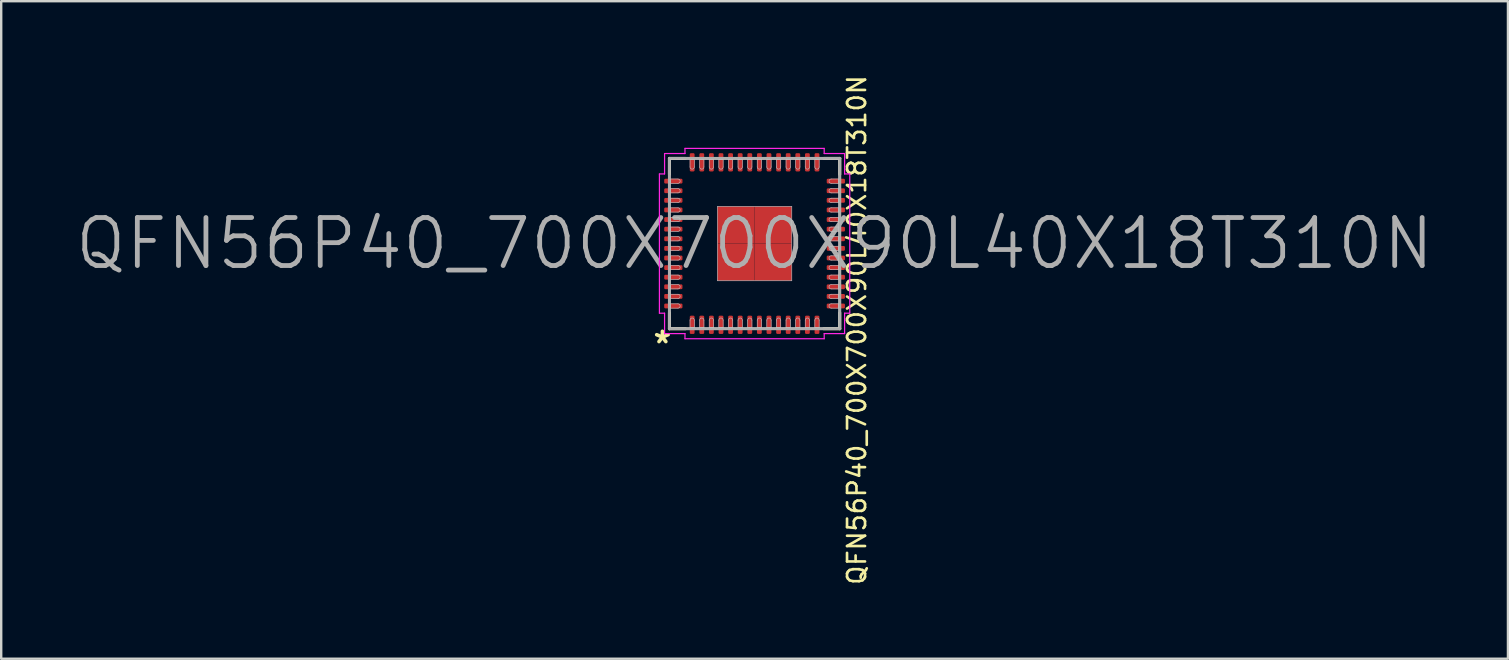
<source format=kicad_pcb>
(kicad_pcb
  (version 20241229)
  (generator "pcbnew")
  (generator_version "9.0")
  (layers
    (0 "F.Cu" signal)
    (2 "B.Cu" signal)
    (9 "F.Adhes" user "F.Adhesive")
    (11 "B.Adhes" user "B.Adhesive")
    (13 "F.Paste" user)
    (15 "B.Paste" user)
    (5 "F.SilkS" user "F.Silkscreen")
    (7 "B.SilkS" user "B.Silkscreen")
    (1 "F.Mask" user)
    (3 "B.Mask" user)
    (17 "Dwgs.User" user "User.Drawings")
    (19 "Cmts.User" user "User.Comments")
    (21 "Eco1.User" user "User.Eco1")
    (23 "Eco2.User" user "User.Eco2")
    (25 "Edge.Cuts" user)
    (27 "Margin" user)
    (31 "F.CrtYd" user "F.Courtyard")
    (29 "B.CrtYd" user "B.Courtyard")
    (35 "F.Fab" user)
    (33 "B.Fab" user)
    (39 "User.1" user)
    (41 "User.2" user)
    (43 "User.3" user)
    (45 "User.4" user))
  (footprint "QFN56P40_700X700X90L40X18T310N"
    (layer "F.Cu")
    (at 28.386 7.097)
    (property "Reference" "QFN56P40_700X700X90L40X18T310N" (at 4.26 3.6 90) (layer "F.SilkS") (effects (font (size 0.75 0.75) (thickness 0.11))))
    (attr smd)
    (fp_poly (pts (xy -0.225 -0.225) (xy -1.325 -0.225) (xy -1.325 -1.325) (xy -0.225 -1.325)) (stroke (width 0.12) (type solid)) (fill yes) (layer "F.Mask"))
    (fp_poly (pts (xy -0.225 1.325) (xy -1.325 1.325) (xy -1.325 0.225) (xy -0.225 0.225)) (stroke (width 0.12) (type solid)) (fill yes) (layer "F.Mask"))
    (fp_poly (pts (xy 1.325 -0.225) (xy 0.225 -0.225) (xy 0.225 -1.325) (xy 1.325 -1.325)) (stroke (width 0.12) (type solid)) (fill yes) (layer "F.Mask"))
    (fp_poly (pts (xy 1.325 1.325) (xy 0.225 1.325) (xy 0.225 0.225) (xy 1.325 0.225)) (stroke (width 0.12) (type solid)) (fill yes) (layer "F.Mask"))
    (fp_line (start -3.55 -3.55) (end -3.55 -2.88) (stroke (width 0.12) (type solid)) (layer "F.SilkS"))
    (fp_line (start -3.55 3.55) (end -3.55 2.88) (stroke (width 0.12) (type solid)) (layer "F.SilkS"))
    (fp_line (start -2.88 -3.55) (end -3.55 -3.55) (stroke (width 0.12) (type solid)) (layer "F.SilkS"))
    (fp_line (start -2.88 3.55) (end -3.55 3.55) (stroke (width 0.12) (type solid)) (layer "F.SilkS"))
    (fp_line (start 2.88 -3.55) (end 3.55 -3.55) (stroke (width 0.12) (type solid)) (layer "F.SilkS"))
    (fp_line (start 2.88 3.55) (end 3.55 3.55) (stroke (width 0.12) (type solid)) (layer "F.SilkS"))
    (fp_line (start 3.55 -3.55) (end 3.55 -2.88) (stroke (width 0.12) (type solid)) (layer "F.SilkS"))
    (fp_line (start 3.55 3.55) (end 3.55 2.88) (stroke (width 0.12) (type solid)) (layer "F.SilkS"))
    (fp_line (start -3.5 -3.5) (end 3.5 -3.5) (stroke (width 0.025) (type solid)) (layer "Dwgs.User"))
    (fp_line (start -3.5 -2.69) (end -3.5 -2.51) (stroke (width 0.025) (type solid)) (layer "Dwgs.User"))
    (fp_line (start -3.5 -2.51) (end -3.19 -2.51) (stroke (width 0.025) (type solid)) (layer "Dwgs.User"))
    (fp_line (start -3.5 -2.29) (end -3.5 -2.11) (stroke (width 0.025) (type solid)) (layer "Dwgs.User"))
    (fp_line (start -3.5 -2.11) (end -3.19 -2.11) (stroke (width 0.025) (type solid)) (layer "Dwgs.User"))
    (fp_line (start -3.5 -1.89) (end -3.5 -1.71) (stroke (width 0.025) (type solid)) (layer "Dwgs.User"))
    (fp_line (start -3.5 -1.71) (end -3.19 -1.71) (stroke (width 0.025) (type solid)) (layer "Dwgs.User"))
    (fp_line (start -3.5 -1.49) (end -3.5 -1.31) (stroke (width 0.025) (type solid)) (layer "Dwgs.User"))
    (fp_line (start -3.5 -1.31) (end -3.19 -1.31) (stroke (width 0.025) (type solid)) (layer "Dwgs.User"))
    (fp_line (start -3.5 -1.09) (end -3.5 -0.91) (stroke (width 0.025) (type solid)) (layer "Dwgs.User"))
    (fp_line (start -3.5 -0.91) (end -3.19 -0.91) (stroke (width 0.025) (type solid)) (layer "Dwgs.User"))
    (fp_line (start -3.5 -0.69) (end -3.5 -0.51) (stroke (width 0.025) (type solid)) (layer "Dwgs.User"))
    (fp_line (start -3.5 -0.51) (end -3.19 -0.51) (stroke (width 0.025) (type solid)) (layer "Dwgs.User"))
    (fp_line (start -3.5 -0.29) (end -3.5 -0.11) (stroke (width 0.025) (type solid)) (layer "Dwgs.User"))
    (fp_line (start -3.5 -0.11) (end -3.19 -0.11) (stroke (width 0.025) (type solid)) (layer "Dwgs.User"))
    (fp_line (start -3.5 0.11) (end -3.5 0.29) (stroke (width 0.025) (type solid)) (layer "Dwgs.User"))
    (fp_line (start -3.5 0.29) (end -3.19 0.29) (stroke (width 0.025) (type solid)) (layer "Dwgs.User"))
    (fp_line (start -3.5 0.51) (end -3.5 0.69) (stroke (width 0.025) (type solid)) (layer "Dwgs.User"))
    (fp_line (start -3.5 0.69) (end -3.19 0.69) (stroke (width 0.025) (type solid)) (layer "Dwgs.User"))
    (fp_line (start -3.5 0.91) (end -3.5 1.09) (stroke (width 0.025) (type solid)) (layer "Dwgs.User"))
    (fp_line (start -3.5 1.09) (end -3.19 1.09) (stroke (width 0.025) (type solid)) (layer "Dwgs.User"))
    (fp_line (start -3.5 1.31) (end -3.5 1.49) (stroke (width 0.025) (type solid)) (layer "Dwgs.User"))
    (fp_line (start -3.5 1.49) (end -3.19 1.49) (stroke (width 0.025) (type solid)) (layer "Dwgs.User"))
    (fp_line (start -3.5 1.71) (end -3.5 1.89) (stroke (width 0.025) (type solid)) (layer "Dwgs.User"))
    (fp_line (start -3.5 1.89) (end -3.19 1.89) (stroke (width 0.025) (type solid)) (layer "Dwgs.User"))
    (fp_line (start -3.5 2.11) (end -3.5 2.29) (stroke (width 0.025) (type solid)) (layer "Dwgs.User"))
    (fp_line (start -3.5 2.29) (end -3.19 2.29) (stroke (width 0.025) (type solid)) (layer "Dwgs.User"))
    (fp_line (start -3.5 2.51) (end -3.5 2.69) (stroke (width 0.025) (type solid)) (layer "Dwgs.User"))
    (fp_line (start -3.5 2.69) (end -3.19 2.69) (stroke (width 0.025) (type solid)) (layer "Dwgs.User"))
    (fp_line (start -3.5 3.5) (end -3.5 -3.5) (stroke (width 0.025) (type solid)) (layer "Dwgs.User"))
    (fp_line (start -3.19 -2.69) (end -3.5 -2.69) (stroke (width 0.025) (type solid)) (layer "Dwgs.User"))
    (fp_line (start -3.19 -2.29) (end -3.5 -2.29) (stroke (width 0.025) (type solid)) (layer "Dwgs.User"))
    (fp_line (start -3.19 -1.89) (end -3.5 -1.89) (stroke (width 0.025) (type solid)) (layer "Dwgs.User"))
    (fp_line (start -3.19 -1.49) (end -3.5 -1.49) (stroke (width 0.025) (type solid)) (layer "Dwgs.User"))
    (fp_line (start -3.19 -1.09) (end -3.5 -1.09) (stroke (width 0.025) (type solid)) (layer "Dwgs.User"))
    (fp_line (start -3.19 -0.69) (end -3.5 -0.69) (stroke (width 0.025) (type solid)) (layer "Dwgs.User"))
    (fp_line (start -3.19 -0.29) (end -3.5 -0.29) (stroke (width 0.025) (type solid)) (layer "Dwgs.User"))
    (fp_line (start -3.19 0.11) (end -3.5 0.11) (stroke (width 0.025) (type solid)) (layer "Dwgs.User"))
    (fp_line (start -3.19 0.51) (end -3.5 0.51) (stroke (width 0.025) (type solid)) (layer "Dwgs.User"))
    (fp_line (start -3.19 0.91) (end -3.5 0.91) (stroke (width 0.025) (type solid)) (layer "Dwgs.User"))
    (fp_line (start -3.19 1.31) (end -3.5 1.31) (stroke (width 0.025) (type solid)) (layer "Dwgs.User"))
    (fp_line (start -3.19 1.71) (end -3.5 1.71) (stroke (width 0.025) (type solid)) (layer "Dwgs.User"))
    (fp_line (start -3.19 2.11) (end -3.5 2.11) (stroke (width 0.025) (type solid)) (layer "Dwgs.User"))
    (fp_line (start -3.19 2.51) (end -3.5 2.51) (stroke (width 0.025) (type solid)) (layer "Dwgs.User"))
    (fp_line (start -2.69 -3.5) (end -2.69 -3.19) (stroke (width 0.025) (type solid)) (layer "Dwgs.User"))
    (fp_line (start -2.69 3.19) (end -2.69 3.5) (stroke (width 0.025) (type solid)) (layer "Dwgs.User"))
    (fp_line (start -2.69 3.5) (end -2.51 3.5) (stroke (width 0.025) (type solid)) (layer "Dwgs.User"))
    (fp_line (start -2.51 -3.5) (end -2.69 -3.5) (stroke (width 0.025) (type solid)) (layer "Dwgs.User"))
    (fp_line (start -2.51 -3.19) (end -2.51 -3.5) (stroke (width 0.025) (type solid)) (layer "Dwgs.User"))
    (fp_line (start -2.51 3.5) (end -2.51 3.19) (stroke (width 0.025) (type solid)) (layer "Dwgs.User"))
    (fp_line (start -2.29 -3.5) (end -2.29 -3.19) (stroke (width 0.025) (type solid)) (layer "Dwgs.User"))
    (fp_line (start -2.29 3.19) (end -2.29 3.5) (stroke (width 0.025) (type solid)) (layer "Dwgs.User"))
    (fp_line (start -2.29 3.5) (end -2.11 3.5) (stroke (width 0.025) (type solid)) (layer "Dwgs.User"))
    (fp_line (start -2.11 -3.5) (end -2.29 -3.5) (stroke (width 0.025) (type solid)) (layer "Dwgs.User"))
    (fp_line (start -2.11 -3.19) (end -2.11 -3.5) (stroke (width 0.025) (type solid)) (layer "Dwgs.User"))
    (fp_line (start -2.11 3.5) (end -2.11 3.19) (stroke (width 0.025) (type solid)) (layer "Dwgs.User"))
    (fp_line (start -1.89 -3.5) (end -1.89 -3.19) (stroke (width 0.025) (type solid)) (layer "Dwgs.User"))
    (fp_line (start -1.89 3.19) (end -1.89 3.5) (stroke (width 0.025) (type solid)) (layer "Dwgs.User"))
    (fp_line (start -1.89 3.5) (end -1.71 3.5) (stroke (width 0.025) (type solid)) (layer "Dwgs.User"))
    (fp_line (start -1.71 -3.5) (end -1.89 -3.5) (stroke (width 0.025) (type solid)) (layer "Dwgs.User"))
    (fp_line (start -1.71 -3.19) (end -1.71 -3.5) (stroke (width 0.025) (type solid)) (layer "Dwgs.User"))
    (fp_line (start -1.71 3.5) (end -1.71 3.19) (stroke (width 0.025) (type solid)) (layer "Dwgs.User"))
    (fp_line (start -1.55 -1.55) (end 1.55 -1.55) (stroke (width 0.025) (type solid)) (layer "Dwgs.User"))
    (fp_line (start -1.55 1.55) (end -1.55 -1.55) (stroke (width 0.025) (type solid)) (layer "Dwgs.User"))
    (fp_line (start -1.49 -3.5) (end -1.49 -3.19) (stroke (width 0.025) (type solid)) (layer "Dwgs.User"))
    (fp_line (start -1.49 3.19) (end -1.49 3.5) (stroke (width 0.025) (type solid)) (layer "Dwgs.User"))
    (fp_line (start -1.49 3.5) (end -1.31 3.5) (stroke (width 0.025) (type solid)) (layer "Dwgs.User"))
    (fp_line (start -1.31 -3.5) (end -1.49 -3.5) (stroke (width 0.025) (type solid)) (layer "Dwgs.User"))
    (fp_line (start -1.31 -3.19) (end -1.31 -3.5) (stroke (width 0.025) (type solid)) (layer "Dwgs.User"))
    (fp_line (start -1.31 3.5) (end -1.31 3.19) (stroke (width 0.025) (type solid)) (layer "Dwgs.User"))
    (fp_line (start -1.09 -3.5) (end -1.09 -3.19) (stroke (width 0.025) (type solid)) (layer "Dwgs.User"))
    (fp_line (start -1.09 3.19) (end -1.09 3.5) (stroke (width 0.025) (type solid)) (layer "Dwgs.User"))
    (fp_line (start -1.09 3.5) (end -0.91 3.5) (stroke (width 0.025) (type solid)) (layer "Dwgs.User"))
    (fp_line (start -0.91 -3.5) (end -1.09 -3.5) (stroke (width 0.025) (type solid)) (layer "Dwgs.User"))
    (fp_line (start -0.91 -3.19) (end -0.91 -3.5) (stroke (width 0.025) (type solid)) (layer "Dwgs.User"))
    (fp_line (start -0.91 3.5) (end -0.91 3.19) (stroke (width 0.025) (type solid)) (layer "Dwgs.User"))
    (fp_line (start -0.69 -3.5) (end -0.69 -3.19) (stroke (width 0.025) (type solid)) (layer "Dwgs.User"))
    (fp_line (start -0.69 3.19) (end -0.69 3.5) (stroke (width 0.025) (type solid)) (layer "Dwgs.User"))
    (fp_line (start -0.69 3.5) (end -0.51 3.5) (stroke (width 0.025) (type solid)) (layer "Dwgs.User"))
    (fp_line (start -0.51 -3.5) (end -0.69 -3.5) (stroke (width 0.025) (type solid)) (layer "Dwgs.User"))
    (fp_line (start -0.51 -3.19) (end -0.51 -3.5) (stroke (width 0.025) (type solid)) (layer "Dwgs.User"))
    (fp_line (start -0.51 3.5) (end -0.51 3.19) (stroke (width 0.025) (type solid)) (layer "Dwgs.User"))
    (fp_line (start -0.29 -3.5) (end -0.29 -3.19) (stroke (width 0.025) (type solid)) (layer "Dwgs.User"))
    (fp_line (start -0.29 3.19) (end -0.29 3.5) (stroke (width 0.025) (type solid)) (layer "Dwgs.User"))
    (fp_line (start -0.29 3.5) (end -0.11 3.5) (stroke (width 0.025) (type solid)) (layer "Dwgs.User"))
    (fp_line (start -0.11 -3.5) (end -0.29 -3.5) (stroke (width 0.025) (type solid)) (layer "Dwgs.User"))
    (fp_line (start -0.11 -3.19) (end -0.11 -3.5) (stroke (width 0.025) (type solid)) (layer "Dwgs.User"))
    (fp_line (start -0.11 3.5) (end -0.11 3.19) (stroke (width 0.025) (type solid)) (layer "Dwgs.User"))
    (fp_line (start 0.11 -3.5) (end 0.11 -3.19) (stroke (width 0.025) (type solid)) (layer "Dwgs.User"))
    (fp_line (start 0.11 3.19) (end 0.11 3.5) (stroke (width 0.025) (type solid)) (layer "Dwgs.User"))
    (fp_line (start 0.11 3.5) (end 0.29 3.5) (stroke (width 0.025) (type solid)) (layer "Dwgs.User"))
    (fp_line (start 0.29 -3.5) (end 0.11 -3.5) (stroke (width 0.025) (type solid)) (layer "Dwgs.User"))
    (fp_line (start 0.29 -3.19) (end 0.29 -3.5) (stroke (width 0.025) (type solid)) (layer "Dwgs.User"))
    (fp_line (start 0.29 3.5) (end 0.29 3.19) (stroke (width 0.025) (type solid)) (layer "Dwgs.User"))
    (fp_line (start 0.51 -3.5) (end 0.51 -3.19) (stroke (width 0.025) (type solid)) (layer "Dwgs.User"))
    (fp_line (start 0.51 3.19) (end 0.51 3.5) (stroke (width 0.025) (type solid)) (layer "Dwgs.User"))
    (fp_line (start 0.51 3.5) (end 0.69 3.5) (stroke (width 0.025) (type solid)) (layer "Dwgs.User"))
    (fp_line (start 0.69 -3.5) (end 0.51 -3.5) (stroke (width 0.025) (type solid)) (layer "Dwgs.User"))
    (fp_line (start 0.69 -3.19) (end 0.69 -3.5) (stroke (width 0.025) (type solid)) (layer "Dwgs.User"))
    (fp_line (start 0.69 3.5) (end 0.69 3.19) (stroke (width 0.025) (type solid)) (layer "Dwgs.User"))
    (fp_line (start 0.91 -3.5) (end 0.91 -3.19) (stroke (width 0.025) (type solid)) (layer "Dwgs.User"))
    (fp_line (start 0.91 3.19) (end 0.91 3.5) (stroke (width 0.025) (type solid)) (layer "Dwgs.User"))
    (fp_line (start 0.91 3.5) (end 1.09 3.5) (stroke (width 0.025) (type solid)) (layer "Dwgs.User"))
    (fp_line (start 1.09 -3.5) (end 0.91 -3.5) (stroke (width 0.025) (type solid)) (layer "Dwgs.User"))
    (fp_line (start 1.09 -3.19) (end 1.09 -3.5) (stroke (width 0.025) (type solid)) (layer "Dwgs.User"))
    (fp_line (start 1.09 3.5) (end 1.09 3.19) (stroke (width 0.025) (type solid)) (layer "Dwgs.User"))
    (fp_line (start 1.31 -3.5) (end 1.31 -3.19) (stroke (width 0.025) (type solid)) (layer "Dwgs.User"))
    (fp_line (start 1.31 3.19) (end 1.31 3.5) (stroke (width 0.025) (type solid)) (layer "Dwgs.User"))
    (fp_line (start 1.31 3.5) (end 1.49 3.5) (stroke (width 0.025) (type solid)) (layer "Dwgs.User"))
    (fp_line (start 1.49 -3.5) (end 1.31 -3.5) (stroke (width 0.025) (type solid)) (layer "Dwgs.User"))
    (fp_line (start 1.49 -3.19) (end 1.49 -3.5) (stroke (width 0.025) (type solid)) (layer "Dwgs.User"))
    (fp_line (start 1.49 3.5) (end 1.49 3.19) (stroke (width 0.025) (type solid)) (layer "Dwgs.User"))
    (fp_line (start 1.55 -1.55) (end 1.55 1.55) (stroke (width 0.025) (type solid)) (layer "Dwgs.User"))
    (fp_line (start 1.55 1.55) (end -1.55 1.55) (stroke (width 0.025) (type solid)) (layer "Dwgs.User"))
    (fp_line (start 1.71 -3.5) (end 1.71 -3.19) (stroke (width 0.025) (type solid)) (layer "Dwgs.User"))
    (fp_line (start 1.71 3.19) (end 1.71 3.5) (stroke (width 0.025) (type solid)) (layer "Dwgs.User"))
    (fp_line (start 1.71 3.5) (end 1.89 3.5) (stroke (width 0.025) (type solid)) (layer "Dwgs.User"))
    (fp_line (start 1.89 -3.5) (end 1.71 -3.5) (stroke (width 0.025) (type solid)) (layer "Dwgs.User"))
    (fp_line (start 1.89 -3.19) (end 1.89 -3.5) (stroke (width 0.025) (type solid)) (layer "Dwgs.User"))
    (fp_line (start 1.89 3.5) (end 1.89 3.19) (stroke (width 0.025) (type solid)) (layer "Dwgs.User"))
    (fp_line (start 2.11 -3.5) (end 2.11 -3.19) (stroke (width 0.025) (type solid)) (layer "Dwgs.User"))
    (fp_line (start 2.11 3.19) (end 2.11 3.5) (stroke (width 0.025) (type solid)) (layer "Dwgs.User"))
    (fp_line (start 2.11 3.5) (end 2.29 3.5) (stroke (width 0.025) (type solid)) (layer "Dwgs.User"))
    (fp_line (start 2.29 -3.5) (end 2.11 -3.5) (stroke (width 0.025) (type solid)) (layer "Dwgs.User"))
    (fp_line (start 2.29 -3.19) (end 2.29 -3.5) (stroke (width 0.025) (type solid)) (layer "Dwgs.User"))
    (fp_line (start 2.29 3.5) (end 2.29 3.19) (stroke (width 0.025) (type solid)) (layer "Dwgs.User"))
    (fp_line (start 2.51 -3.5) (end 2.51 -3.19) (stroke (width 0.025) (type solid)) (layer "Dwgs.User"))
    (fp_line (start 2.51 3.19) (end 2.51 3.5) (stroke (width 0.025) (type solid)) (layer "Dwgs.User"))
    (fp_line (start 2.51 3.5) (end 2.69 3.5) (stroke (width 0.025) (type solid)) (layer "Dwgs.User"))
    (fp_line (start 2.69 -3.5) (end 2.51 -3.5) (stroke (width 0.025) (type solid)) (layer "Dwgs.User"))
    (fp_line (start 2.69 -3.19) (end 2.69 -3.5) (stroke (width 0.025) (type solid)) (layer "Dwgs.User"))
    (fp_line (start 2.69 3.5) (end 2.69 3.19) (stroke (width 0.025) (type solid)) (layer "Dwgs.User"))
    (fp_line (start 3.19 -2.51) (end 3.5 -2.51) (stroke (width 0.025) (type solid)) (layer "Dwgs.User"))
    (fp_line (start 3.19 -2.11) (end 3.5 -2.11) (stroke (width 0.025) (type solid)) (layer "Dwgs.User"))
    (fp_line (start 3.19 -1.71) (end 3.5 -1.71) (stroke (width 0.025) (type solid)) (layer "Dwgs.User"))
    (fp_line (start 3.19 -1.31) (end 3.5 -1.31) (stroke (width 0.025) (type solid)) (layer "Dwgs.User"))
    (fp_line (start 3.19 -0.91) (end 3.5 -0.91) (stroke (width 0.025) (type solid)) (layer "Dwgs.User"))
    (fp_line (start 3.19 -0.51) (end 3.5 -0.51) (stroke (width 0.025) (type solid)) (layer "Dwgs.User"))
    (fp_line (start 3.19 -0.11) (end 3.5 -0.11) (stroke (width 0.025) (type solid)) (layer "Dwgs.User"))
    (fp_line (start 3.19 0.29) (end 3.5 0.29) (stroke (width 0.025) (type solid)) (layer "Dwgs.User"))
    (fp_line (start 3.19 0.69) (end 3.5 0.69) (stroke (width 0.025) (type solid)) (layer "Dwgs.User"))
    (fp_line (start 3.19 1.09) (end 3.5 1.09) (stroke (width 0.025) (type solid)) (layer "Dwgs.User"))
    (fp_line (start 3.19 1.49) (end 3.5 1.49) (stroke (width 0.025) (type solid)) (layer "Dwgs.User"))
    (fp_line (start 3.19 1.89) (end 3.5 1.89) (stroke (width 0.025) (type solid)) (layer "Dwgs.User"))
    (fp_line (start 3.19 2.29) (end 3.5 2.29) (stroke (width 0.025) (type solid)) (layer "Dwgs.User"))
    (fp_line (start 3.19 2.69) (end 3.5 2.69) (stroke (width 0.025) (type solid)) (layer "Dwgs.User"))
    (fp_line (start 3.5 -3.5) (end 3.5 3.5) (stroke (width 0.025) (type solid)) (layer "Dwgs.User"))
    (fp_line (start 3.5 -2.69) (end 3.19 -2.69) (stroke (width 0.025) (type solid)) (layer "Dwgs.User"))
    (fp_line (start 3.5 -2.51) (end 3.5 -2.69) (stroke (width 0.025) (type solid)) (layer "Dwgs.User"))
    (fp_line (start 3.5 -2.29) (end 3.19 -2.29) (stroke (width 0.025) (type solid)) (layer "Dwgs.User"))
    (fp_line (start 3.5 -2.11) (end 3.5 -2.29) (stroke (width 0.025) (type solid)) (layer "Dwgs.User"))
    (fp_line (start 3.5 -1.89) (end 3.19 -1.89) (stroke (width 0.025) (type solid)) (layer "Dwgs.User"))
    (fp_line (start 3.5 -1.71) (end 3.5 -1.89) (stroke (width 0.025) (type solid)) (layer "Dwgs.User"))
    (fp_line (start 3.5 -1.49) (end 3.19 -1.49) (stroke (width 0.025) (type solid)) (layer "Dwgs.User"))
    (fp_line (start 3.5 -1.31) (end 3.5 -1.49) (stroke (width 0.025) (type solid)) (layer "Dwgs.User"))
    (fp_line (start 3.5 -1.09) (end 3.19 -1.09) (stroke (width 0.025) (type solid)) (layer "Dwgs.User"))
    (fp_line (start 3.5 -0.91) (end 3.5 -1.09) (stroke (width 0.025) (type solid)) (layer "Dwgs.User"))
    (fp_line (start 3.5 -0.69) (end 3.19 -0.69) (stroke (width 0.025) (type solid)) (layer "Dwgs.User"))
    (fp_line (start 3.5 -0.51) (end 3.5 -0.69) (stroke (width 0.025) (type solid)) (layer "Dwgs.User"))
    (fp_line (start 3.5 -0.29) (end 3.19 -0.29) (stroke (width 0.025) (type solid)) (layer "Dwgs.User"))
    (fp_line (start 3.5 -0.11) (end 3.5 -0.29) (stroke (width 0.025) (type solid)) (layer "Dwgs.User"))
    (fp_line (start 3.5 0.11) (end 3.19 0.11) (stroke (width 0.025) (type solid)) (layer "Dwgs.User"))
    (fp_line (start 3.5 0.29) (end 3.5 0.11) (stroke (width 0.025) (type solid)) (layer "Dwgs.User"))
    (fp_line (start 3.5 0.51) (end 3.19 0.51) (stroke (width 0.025) (type solid)) (layer "Dwgs.User"))
    (fp_line (start 3.5 0.69) (end 3.5 0.51) (stroke (width 0.025) (type solid)) (layer "Dwgs.User"))
    (fp_line (start 3.5 0.91) (end 3.19 0.91) (stroke (width 0.025) (type solid)) (layer "Dwgs.User"))
    (fp_line (start 3.5 1.09) (end 3.5 0.91) (stroke (width 0.025) (type solid)) (layer "Dwgs.User"))
    (fp_line (start 3.5 1.31) (end 3.19 1.31) (stroke (width 0.025) (type solid)) (layer "Dwgs.User"))
    (fp_line (start 3.5 1.49) (end 3.5 1.31) (stroke (width 0.025) (type solid)) (layer "Dwgs.User"))
    (fp_line (start 3.5 1.71) (end 3.19 1.71) (stroke (width 0.025) (type solid)) (layer "Dwgs.User"))
    (fp_line (start 3.5 1.89) (end 3.5 1.71) (stroke (width 0.025) (type solid)) (layer "Dwgs.User"))
    (fp_line (start 3.5 2.11) (end 3.19 2.11) (stroke (width 0.025) (type solid)) (layer "Dwgs.User"))
    (fp_line (start 3.5 2.29) (end 3.5 2.11) (stroke (width 0.025) (type solid)) (layer "Dwgs.User"))
    (fp_line (start 3.5 2.51) (end 3.19 2.51) (stroke (width 0.025) (type solid)) (layer "Dwgs.User"))
    (fp_line (start 3.5 2.69) (end 3.5 2.51) (stroke (width 0.025) (type solid)) (layer "Dwgs.User"))
    (fp_line (start 3.5 3.5) (end -3.5 3.5) (stroke (width 0.025) (type solid)) (layer "Dwgs.User"))
    (fp_arc (start -3.19 -2.69) (mid -3.1 -2.6) (end -3.19 -2.51) (stroke (width 0.025) (type solid)) (layer "Dwgs.User"))
    (fp_arc (start -3.19 -2.29) (mid -3.1 -2.2) (end -3.19 -2.11) (stroke (width 0.025) (type solid)) (layer "Dwgs.User"))
    (fp_arc (start -3.19 -1.89) (mid -3.1 -1.8) (end -3.19 -1.71) (stroke (width 0.025) (type solid)) (layer "Dwgs.User"))
    (fp_arc (start -3.19 -1.49) (mid -3.1 -1.4) (end -3.19 -1.31) (stroke (width 0.025) (type solid)) (layer "Dwgs.User"))
    (fp_arc (start -3.19 -1.09) (mid -3.1 -1) (end -3.19 -0.91) (stroke (width 0.025) (type solid)) (layer "Dwgs.User"))
    (fp_arc (start -3.19 -0.69) (mid -3.1 -0.6) (end -3.19 -0.51) (stroke (width 0.025) (type solid)) (layer "Dwgs.User"))
    (fp_arc (start -3.19 -0.29) (mid -3.1 -0.2) (end -3.19 -0.11) (stroke (width 0.025) (type solid)) (layer "Dwgs.User"))
    (fp_arc (start -3.19 0.11) (mid -3.1 0.2) (end -3.19 0.29) (stroke (width 0.025) (type solid)) (layer "Dwgs.User"))
    (fp_arc (start -3.19 0.51) (mid -3.1 0.6) (end -3.19 0.69) (stroke (width 0.025) (type solid)) (layer "Dwgs.User"))
    (fp_arc (start -3.19 0.91) (mid -3.1 1) (end -3.19 1.09) (stroke (width 0.025) (type solid)) (layer "Dwgs.User"))
    (fp_arc (start -3.19 1.31) (mid -3.1 1.4) (end -3.19 1.49) (stroke (width 0.025) (type solid)) (layer "Dwgs.User"))
    (fp_arc (start -3.19 1.71) (mid -3.1 1.8) (end -3.19 1.89) (stroke (width 0.025) (type solid)) (layer "Dwgs.User"))
    (fp_arc (start -3.19 2.11) (mid -3.1 2.2) (end -3.19 2.29) (stroke (width 0.025) (type solid)) (layer "Dwgs.User"))
    (fp_arc (start -3.19 2.51) (mid -3.1 2.6) (end -3.19 2.69) (stroke (width 0.025) (type solid)) (layer "Dwgs.User"))
    (fp_arc (start -2.69 3.19) (mid -2.6 3.1) (end -2.51 3.19) (stroke (width 0.025) (type solid)) (layer "Dwgs.User"))
    (fp_arc (start -2.51 -3.19) (mid -2.6 -3.1) (end -2.69 -3.19) (stroke (width 0.025) (type solid)) (layer "Dwgs.User"))
    (fp_arc (start -2.29 3.19) (mid -2.2 3.1) (end -2.11 3.19) (stroke (width 0.025) (type solid)) (layer "Dwgs.User"))
    (fp_arc (start -2.11 -3.19) (mid -2.2 -3.1) (end -2.29 -3.19) (stroke (width 0.025) (type solid)) (layer "Dwgs.User"))
    (fp_arc (start -1.89 3.19) (mid -1.8 3.1) (end -1.71 3.19) (stroke (width 0.025) (type solid)) (layer "Dwgs.User"))
    (fp_arc (start -1.71 -3.19) (mid -1.8 -3.1) (end -1.89 -3.19) (stroke (width 0.025) (type solid)) (layer "Dwgs.User"))
    (fp_arc (start -1.49 3.19) (mid -1.4 3.1) (end -1.31 3.19) (stroke (width 0.025) (type solid)) (layer "Dwgs.User"))
    (fp_arc (start -1.31 -3.19) (mid -1.4 -3.1) (end -1.49 -3.19) (stroke (width 0.025) (type solid)) (layer "Dwgs.User"))
    (fp_arc (start -1.09 3.19) (mid -1 3.1) (end -0.91 3.19) (stroke (width 0.025) (type solid)) (layer "Dwgs.User"))
    (fp_arc (start -0.91 -3.19) (mid -1 -3.1) (end -1.09 -3.19) (stroke (width 0.025) (type solid)) (layer "Dwgs.User"))
    (fp_arc (start -0.69 3.19) (mid -0.6 3.1) (end -0.51 3.19) (stroke (width 0.025) (type solid)) (layer "Dwgs.User"))
    (fp_arc (start -0.51 -3.19) (mid -0.6 -3.1) (end -0.69 -3.19) (stroke (width 0.025) (type solid)) (layer "Dwgs.User"))
    (fp_arc (start -0.29 3.19) (mid -0.2 3.1) (end -0.11 3.19) (stroke (width 0.025) (type solid)) (layer "Dwgs.User"))
    (fp_arc (start -0.11 -3.19) (mid -0.2 -3.1) (end -0.29 -3.19) (stroke (width 0.025) (type solid)) (layer "Dwgs.User"))
    (fp_arc (start 0.11 3.19) (mid 0.2 3.1) (end 0.29 3.19) (stroke (width 0.025) (type solid)) (layer "Dwgs.User"))
    (fp_arc (start 0.29 -3.19) (mid 0.2 -3.1) (end 0.11 -3.19) (stroke (width 0.025) (type solid)) (layer "Dwgs.User"))
    (fp_arc (start 0.51 3.19) (mid 0.6 3.1) (end 0.69 3.19) (stroke (width 0.025) (type solid)) (layer "Dwgs.User"))
    (fp_arc (start 0.69 -3.19) (mid 0.6 -3.1) (end 0.51 -3.19) (stroke (width 0.025) (type solid)) (layer "Dwgs.User"))
    (fp_arc (start 0.91 3.19) (mid 1 3.1) (end 1.09 3.19) (stroke (width 0.025) (type solid)) (layer "Dwgs.User"))
    (fp_arc (start 1.09 -3.19) (mid 1 -3.1) (end 0.91 -3.19) (stroke (width 0.025) (type solid)) (layer "Dwgs.User"))
    (fp_arc (start 1.31 3.19) (mid 1.4 3.1) (end 1.49 3.19) (stroke (width 0.025) (type solid)) (layer "Dwgs.User"))
    (fp_arc (start 1.49 -3.19) (mid 1.4 -3.1) (end 1.31 -3.19) (stroke (width 0.025) (type solid)) (layer "Dwgs.User"))
    (fp_arc (start 1.71 3.19) (mid 1.8 3.1) (end 1.89 3.19) (stroke (width 0.025) (type solid)) (layer "Dwgs.User"))
    (fp_arc (start 1.89 -3.19) (mid 1.8 -3.1) (end 1.71 -3.19) (stroke (width 0.025) (type solid)) (layer "Dwgs.User"))
    (fp_arc (start 2.11 3.19) (mid 2.2 3.1) (end 2.29 3.19) (stroke (width 0.025) (type solid)) (layer "Dwgs.User"))
    (fp_arc (start 2.29 -3.19) (mid 2.2 -3.1) (end 2.11 -3.19) (stroke (width 0.025) (type solid)) (layer "Dwgs.User"))
    (fp_arc (start 2.51 3.19) (mid 2.6 3.1) (end 2.69 3.19) (stroke (width 0.025) (type solid)) (layer "Dwgs.User"))
    (fp_arc (start 2.69 -3.19) (mid 2.6 -3.1) (end 2.51 -3.19) (stroke (width 0.025) (type solid)) (layer "Dwgs.User"))
    (fp_arc (start 3.19 -2.51) (mid 3.1 -2.6) (end 3.19 -2.69) (stroke (width 0.025) (type solid)) (layer "Dwgs.User"))
    (fp_arc (start 3.19 -2.11) (mid 3.1 -2.2) (end 3.19 -2.29) (stroke (width 0.025) (type solid)) (layer "Dwgs.User"))
    (fp_arc (start 3.19 -1.71) (mid 3.1 -1.8) (end 3.19 -1.89) (stroke (width 0.025) (type solid)) (layer "Dwgs.User"))
    (fp_arc (start 3.19 -1.31) (mid 3.1 -1.4) (end 3.19 -1.49) (stroke (width 0.025) (type solid)) (layer "Dwgs.User"))
    (fp_arc (start 3.19 -0.91) (mid 3.1 -1) (end 3.19 -1.09) (stroke (width 0.025) (type solid)) (layer "Dwgs.User"))
    (fp_arc (start 3.19 -0.51) (mid 3.1 -0.6) (end 3.19 -0.69) (stroke (width 0.025) (type solid)) (layer "Dwgs.User"))
    (fp_arc (start 3.19 -0.11) (mid 3.1 -0.2) (end 3.19 -0.29) (stroke (width 0.025) (type solid)) (layer "Dwgs.User"))
    (fp_arc (start 3.19 0.29) (mid 3.1 0.2) (end 3.19 0.11) (stroke (width 0.025) (type solid)) (layer "Dwgs.User"))
    (fp_arc (start 3.19 0.69) (mid 3.1 0.6) (end 3.19 0.51) (stroke (width 0.025) (type solid)) (layer "Dwgs.User"))
    (fp_arc (start 3.19 1.09) (mid 3.1 1) (end 3.19 0.91) (stroke (width 0.025) (type solid)) (layer "Dwgs.User"))
    (fp_arc (start 3.19 1.49) (mid 3.1 1.4) (end 3.19 1.31) (stroke (width 0.025) (type solid)) (layer "Dwgs.User"))
    (fp_arc (start 3.19 1.89) (mid 3.1 1.8) (end 3.19 1.71) (stroke (width 0.025) (type solid)) (layer "Dwgs.User"))
    (fp_arc (start 3.19 2.29) (mid 3.1 2.2) (end 3.19 2.11) (stroke (width 0.025) (type solid)) (layer "Dwgs.User"))
    (fp_arc (start 3.19 2.69) (mid 3.1 2.6) (end 3.19 2.51) (stroke (width 0.025) (type solid)) (layer "Dwgs.User"))
    (fp_line (start -3.965 -2.9) (end -3.965 2.9) (stroke (width 0.05) (type solid)) (layer "F.CrtYd"))
    (fp_line (start -3.965 2.9) (end -3.75 2.9) (stroke (width 0.05) (type solid)) (layer "F.CrtYd"))
    (fp_line (start -3.75 -3.75) (end -3.75 -2.9) (stroke (width 0.05) (type solid)) (layer "F.CrtYd"))
    (fp_line (start -3.75 -2.9) (end -3.965 -2.9) (stroke (width 0.05) (type solid)) (layer "F.CrtYd"))
    (fp_line (start -3.75 2.9) (end -3.75 3.75) (stroke (width 0.05) (type solid)) (layer "F.CrtYd"))
    (fp_line (start -3.75 3.75) (end -2.9 3.75) (stroke (width 0.05) (type solid)) (layer "F.CrtYd"))
    (fp_line (start -2.9 -3.965) (end -2.9 -3.75) (stroke (width 0.05) (type solid)) (layer "F.CrtYd"))
    (fp_line (start -2.9 -3.75) (end -3.75 -3.75) (stroke (width 0.05) (type solid)) (layer "F.CrtYd"))
    (fp_line (start -2.9 3.75) (end -2.9 3.965) (stroke (width 0.05) (type solid)) (layer "F.CrtYd"))
    (fp_line (start -2.9 3.965) (end 2.9 3.965) (stroke (width 0.05) (type solid)) (layer "F.CrtYd"))
    (fp_line (start 2.9 -3.965) (end -2.9 -3.965) (stroke (width 0.05) (type solid)) (layer "F.CrtYd"))
    (fp_line (start 2.9 -3.75) (end 2.9 -3.965) (stroke (width 0.05) (type solid)) (layer "F.CrtYd"))
    (fp_line (start 2.9 3.75) (end 3.75 3.75) (stroke (width 0.05) (type solid)) (layer "F.CrtYd"))
    (fp_line (start 2.9 3.965) (end 2.9 3.75) (stroke (width 0.05) (type solid)) (layer "F.CrtYd"))
    (fp_line (start 3.75 -3.75) (end 2.9 -3.75) (stroke (width 0.05) (type solid)) (layer "F.CrtYd"))
    (fp_line (start 3.75 -2.9) (end 3.75 -3.75) (stroke (width 0.05) (type solid)) (layer "F.CrtYd"))
    (fp_line (start 3.75 2.9) (end 3.965 2.9) (stroke (width 0.05) (type solid)) (layer "F.CrtYd"))
    (fp_line (start 3.75 3.75) (end 3.75 2.9) (stroke (width 0.05) (type solid)) (layer "F.CrtYd"))
    (fp_line (start 3.965 -2.9) (end 3.75 -2.9) (stroke (width 0.05) (type solid)) (layer "F.CrtYd"))
    (fp_line (start 3.965 2.9) (end 3.965 -2.9) (stroke (width 0.05) (type solid)) (layer "F.CrtYd"))
    (fp_line (start -3.55 -3.55) (end 3.55 -3.55) (stroke (width 0.12) (type solid)) (layer "F.Fab"))
    (fp_line (start -3.55 3.55) (end -3.55 -3.55) (stroke (width 0.12) (type solid)) (layer "F.Fab"))
    (fp_line (start 3.55 -3.55) (end 3.55 3.55) (stroke (width 0.12) (type solid)) (layer "F.Fab"))
    (fp_line (start 3.55 3.55) (end -3.55 3.55) (stroke (width 0.12) (type solid)) (layer "F.Fab"))
    (fp_text user "*" (at -3.84 4.2 0) (unlocked yes) (layer "F.SilkS") (effects (font (size 1 1) (thickness 0.15))))
    (fp_text user "${REFERENCE}" (at 0 0 0) (layer "F.Fab") (effects (font (size 2 2) (thickness 0.2))))
    (pad "" smd rect (at -0.775 -0.775 90) (size 1.1 1.1) (layers "F.Paste"))
    (pad "" smd rect (at -0.775 0.775 90) (size 1.1 1.1) (layers "F.Paste"))
    (pad "" smd rect (at 0.775 -0.775 90) (size 1.1 1.1) (layers "F.Paste"))
    (pad "" smd rect (at 0.775 0.775 90) (size 1.1 1.1) (layers "F.Paste"))
    (pad "1" smd roundrect (at -2.6 3.385 90) (size 0.76 0.2) (layers "F.Cu" "F.Mask" "F.Paste") (roundrect_rratio 0.25))
    (pad "2" smd roundrect (at -2.2 3.385 90) (size 0.76 0.2) (layers "F.Cu" "F.Mask" "F.Paste") (roundrect_rratio 0.25))
    (pad "3" smd roundrect (at -1.8 3.385 90) (size 0.76 0.2) (layers "F.Cu" "F.Mask" "F.Paste") (roundrect_rratio 0.25))
    (pad "4" smd roundrect (at -1.4 3.385 90) (size 0.76 0.2) (layers "F.Cu" "F.Mask" "F.Paste") (roundrect_rratio 0.25))
    (pad "5" smd roundrect (at -1 3.385 90) (size 0.76 0.2) (layers "F.Cu" "F.Mask" "F.Paste") (roundrect_rratio 0.25))
    (pad "6" smd roundrect (at -0.6 3.385 90) (size 0.76 0.2) (layers "F.Cu" "F.Mask" "F.Paste") (roundrect_rratio 0.25))
    (pad "7" smd roundrect (at -0.2 3.385 90) (size 0.76 0.2) (layers "F.Cu" "F.Mask" "F.Paste") (roundrect_rratio 0.25))
    (pad "8" smd roundrect (at 0.2 3.385 90) (size 0.76 0.2) (layers "F.Cu" "F.Mask" "F.Paste") (roundrect_rratio 0.25))
    (pad "9" smd roundrect (at 0.6 3.385 90) (size 0.76 0.2) (layers "F.Cu" "F.Mask" "F.Paste") (roundrect_rratio 0.25))
    (pad "10" smd roundrect (at 1 3.385 90) (size 0.76 0.2) (layers "F.Cu" "F.Mask" "F.Paste") (roundrect_rratio 0.25))
    (pad "11" smd roundrect (at 1.4 3.385 90) (size 0.76 0.2) (layers "F.Cu" "F.Mask" "F.Paste") (roundrect_rratio 0.25))
    (pad "12" smd roundrect (at 1.8 3.385 90) (size 0.76 0.2) (layers "F.Cu" "F.Mask" "F.Paste") (roundrect_rratio 0.25))
    (pad "13" smd roundrect (at 2.2 3.385 90) (size 0.76 0.2) (layers "F.Cu" "F.Mask" "F.Paste") (roundrect_rratio 0.25))
    (pad "14" smd roundrect (at 2.6 3.385 90) (size 0.76 0.2) (layers "F.Cu" "F.Mask" "F.Paste") (roundrect_rratio 0.25))
    (pad "15" smd roundrect (at 3.385 2.6) (size 0.76 0.2) (layers "F.Cu" "F.Mask" "F.Paste") (roundrect_rratio 0.25))
    (pad "16" smd roundrect (at 3.385 2.2) (size 0.76 0.2) (layers "F.Cu" "F.Mask" "F.Paste") (roundrect_rratio 0.25))
    (pad "17" smd roundrect (at 3.385 1.8) (size 0.76 0.2) (layers "F.Cu" "F.Mask" "F.Paste") (roundrect_rratio 0.25))
    (pad "18" smd roundrect (at 3.385 1.4) (size 0.76 0.2) (layers "F.Cu" "F.Mask" "F.Paste") (roundrect_rratio 0.25))
    (pad "19" smd roundrect (at 3.385 1) (size 0.76 0.2) (layers "F.Cu" "F.Mask" "F.Paste") (roundrect_rratio 0.25))
    (pad "20" smd roundrect (at 3.385 0.6) (size 0.76 0.2) (layers "F.Cu" "F.Mask" "F.Paste") (roundrect_rratio 0.25))
    (pad "21" smd roundrect (at 3.385 0.2) (size 0.76 0.2) (layers "F.Cu" "F.Mask" "F.Paste") (roundrect_rratio 0.25))
    (pad "22" smd roundrect (at 3.385 -0.2) (size 0.76 0.2) (layers "F.Cu" "F.Mask" "F.Paste") (roundrect_rratio 0.25))
    (pad "23" smd roundrect (at 3.385 -0.6) (size 0.76 0.2) (layers "F.Cu" "F.Mask" "F.Paste") (roundrect_rratio 0.25))
    (pad "24" smd roundrect (at 3.385 -1) (size 0.76 0.2) (layers "F.Cu" "F.Mask" "F.Paste") (roundrect_rratio 0.25))
    (pad "25" smd roundrect (at 3.385 -1.4) (size 0.76 0.2) (layers "F.Cu" "F.Mask" "F.Paste") (roundrect_rratio 0.25))
    (pad "26" smd roundrect (at 3.385 -1.8) (size 0.76 0.2) (layers "F.Cu" "F.Mask" "F.Paste") (roundrect_rratio 0.25))
    (pad "27" smd roundrect (at 3.385 -2.2) (size 0.76 0.2) (layers "F.Cu" "F.Mask" "F.Paste") (roundrect_rratio 0.25))
    (pad "28" smd roundrect (at 3.385 -2.6) (size 0.76 0.2) (layers "F.Cu" "F.Mask" "F.Paste") (roundrect_rratio 0.25))
    (pad "29" smd roundrect (at 2.6 -3.385 90) (size 0.76 0.2) (layers "F.Cu" "F.Mask" "F.Paste") (roundrect_rratio 0.25))
    (pad "30" smd roundrect (at 2.2 -3.385 90) (size 0.76 0.2) (layers "F.Cu" "F.Mask" "F.Paste") (roundrect_rratio 0.25))
    (pad "31" smd roundrect (at 1.8 -3.385 90) (size 0.76 0.2) (layers "F.Cu" "F.Mask" "F.Paste") (roundrect_rratio 0.25))
    (pad "32" smd roundrect (at 1.4 -3.385 90) (size 0.76 0.2) (layers "F.Cu" "F.Mask" "F.Paste") (roundrect_rratio 0.25))
    (pad "33" smd roundrect (at 1 -3.385 90) (size 0.76 0.2) (layers "F.Cu" "F.Mask" "F.Paste") (roundrect_rratio 0.25))
    (pad "34" smd roundrect (at 0.6 -3.385 90) (size 0.76 0.2) (layers "F.Cu" "F.Mask" "F.Paste") (roundrect_rratio 0.25))
    (pad "35" smd roundrect (at 0.2 -3.385 90) (size 0.76 0.2) (layers "F.Cu" "F.Mask" "F.Paste") (roundrect_rratio 0.25))
    (pad "36" smd roundrect (at -0.2 -3.385 90) (size 0.76 0.2) (layers "F.Cu" "F.Mask" "F.Paste") (roundrect_rratio 0.25))
    (pad "37" smd roundrect (at -0.6 -3.385 90) (size 0.76 0.2) (layers "F.Cu" "F.Mask" "F.Paste") (roundrect_rratio 0.25))
    (pad "38" smd roundrect (at -1 -3.385 90) (size 0.76 0.2) (layers "F.Cu" "F.Mask" "F.Paste") (roundrect_rratio 0.25))
    (pad "39" smd roundrect (at -1.4 -3.385 90) (size 0.76 0.2) (layers "F.Cu" "F.Mask" "F.Paste") (roundrect_rratio 0.25))
    (pad "40" smd roundrect (at -1.8 -3.385 90) (size 0.76 0.2) (layers "F.Cu" "F.Mask" "F.Paste") (roundrect_rratio 0.25))
    (pad "41" smd roundrect (at -2.2 -3.385 90) (size 0.76 0.2) (layers "F.Cu" "F.Mask" "F.Paste") (roundrect_rratio 0.25))
    (pad "42" smd roundrect (at -2.6 -3.385 90) (size 0.76 0.2) (layers "F.Cu" "F.Mask" "F.Paste") (roundrect_rratio 0.25))
    (pad "43" smd roundrect (at -3.385 -2.6) (size 0.76 0.2) (layers "F.Cu" "F.Mask" "F.Paste") (roundrect_rratio 0.25))
    (pad "44" smd roundrect (at -3.385 -2.2) (size 0.76 0.2) (layers "F.Cu" "F.Mask" "F.Paste") (roundrect_rratio 0.25))
    (pad "45" smd roundrect (at -3.385 -1.8) (size 0.76 0.2) (layers "F.Cu" "F.Mask" "F.Paste") (roundrect_rratio 0.25))
    (pad "46" smd roundrect (at -3.385 -1.4) (size 0.76 0.2) (layers "F.Cu" "F.Mask" "F.Paste") (roundrect_rratio 0.25))
    (pad "47" smd roundrect (at -3.385 -1) (size 0.76 0.2) (layers "F.Cu" "F.Mask" "F.Paste") (roundrect_rratio 0.25))
    (pad "48" smd roundrect (at -3.385 -0.6) (size 0.76 0.2) (layers "F.Cu" "F.Mask" "F.Paste") (roundrect_rratio 0.25))
    (pad "49" smd roundrect (at -3.385 -0.2) (size 0.76 0.2) (layers "F.Cu" "F.Mask" "F.Paste") (roundrect_rratio 0.25))
    (pad "50" smd roundrect (at -3.385 0.2) (size 0.76 0.2) (layers "F.Cu" "F.Mask" "F.Paste") (roundrect_rratio 0.25))
    (pad "51" smd roundrect (at -3.385 0.6) (size 0.76 0.2) (layers "F.Cu" "F.Mask" "F.Paste") (roundrect_rratio 0.25))
    (pad "52" smd roundrect (at -3.385 1) (size 0.76 0.2) (layers "F.Cu" "F.Mask" "F.Paste") (roundrect_rratio 0.25))
    (pad "53" smd roundrect (at -3.385 1.4) (size 0.76 0.2) (layers "F.Cu" "F.Mask" "F.Paste") (roundrect_rratio 0.25))
    (pad "54" smd roundrect (at -3.385 1.8) (size 0.76 0.2) (layers "F.Cu" "F.Mask" "F.Paste") (roundrect_rratio 0.25))
    (pad "55" smd roundrect (at -3.385 2.2) (size 0.76 0.2) (layers "F.Cu" "F.Mask" "F.Paste") (roundrect_rratio 0.25))
    (pad "56" smd roundrect (at -3.385 2.6) (size 0.76 0.2) (layers "F.Cu" "F.Mask" "F.Paste") (roundrect_rratio 0.25))
    (pad "57" smd rect (at -0.775 -0.775) (size 1.55 1.55) (layers "F.Cu" "F.Paste"))
    (pad "57" smd rect (at -0.775 0.775) (size 1.55 1.55) (layers "F.Cu" "F.Paste"))
    (pad "57" smd rect (at 0.775 -0.775) (size 1.55 1.55) (layers "F.Cu" "F.Paste"))
    (pad "57" smd rect (at 0.775 0.775) (size 1.55 1.55) (layers "F.Cu" "F.Paste")))
  (gr_rect
    (start -3 -3)
    (end 59.771 24.394)
    (stroke (width 0.1) (type default))
    (fill no)
    (layer "Edge.Cuts")))
</source>
